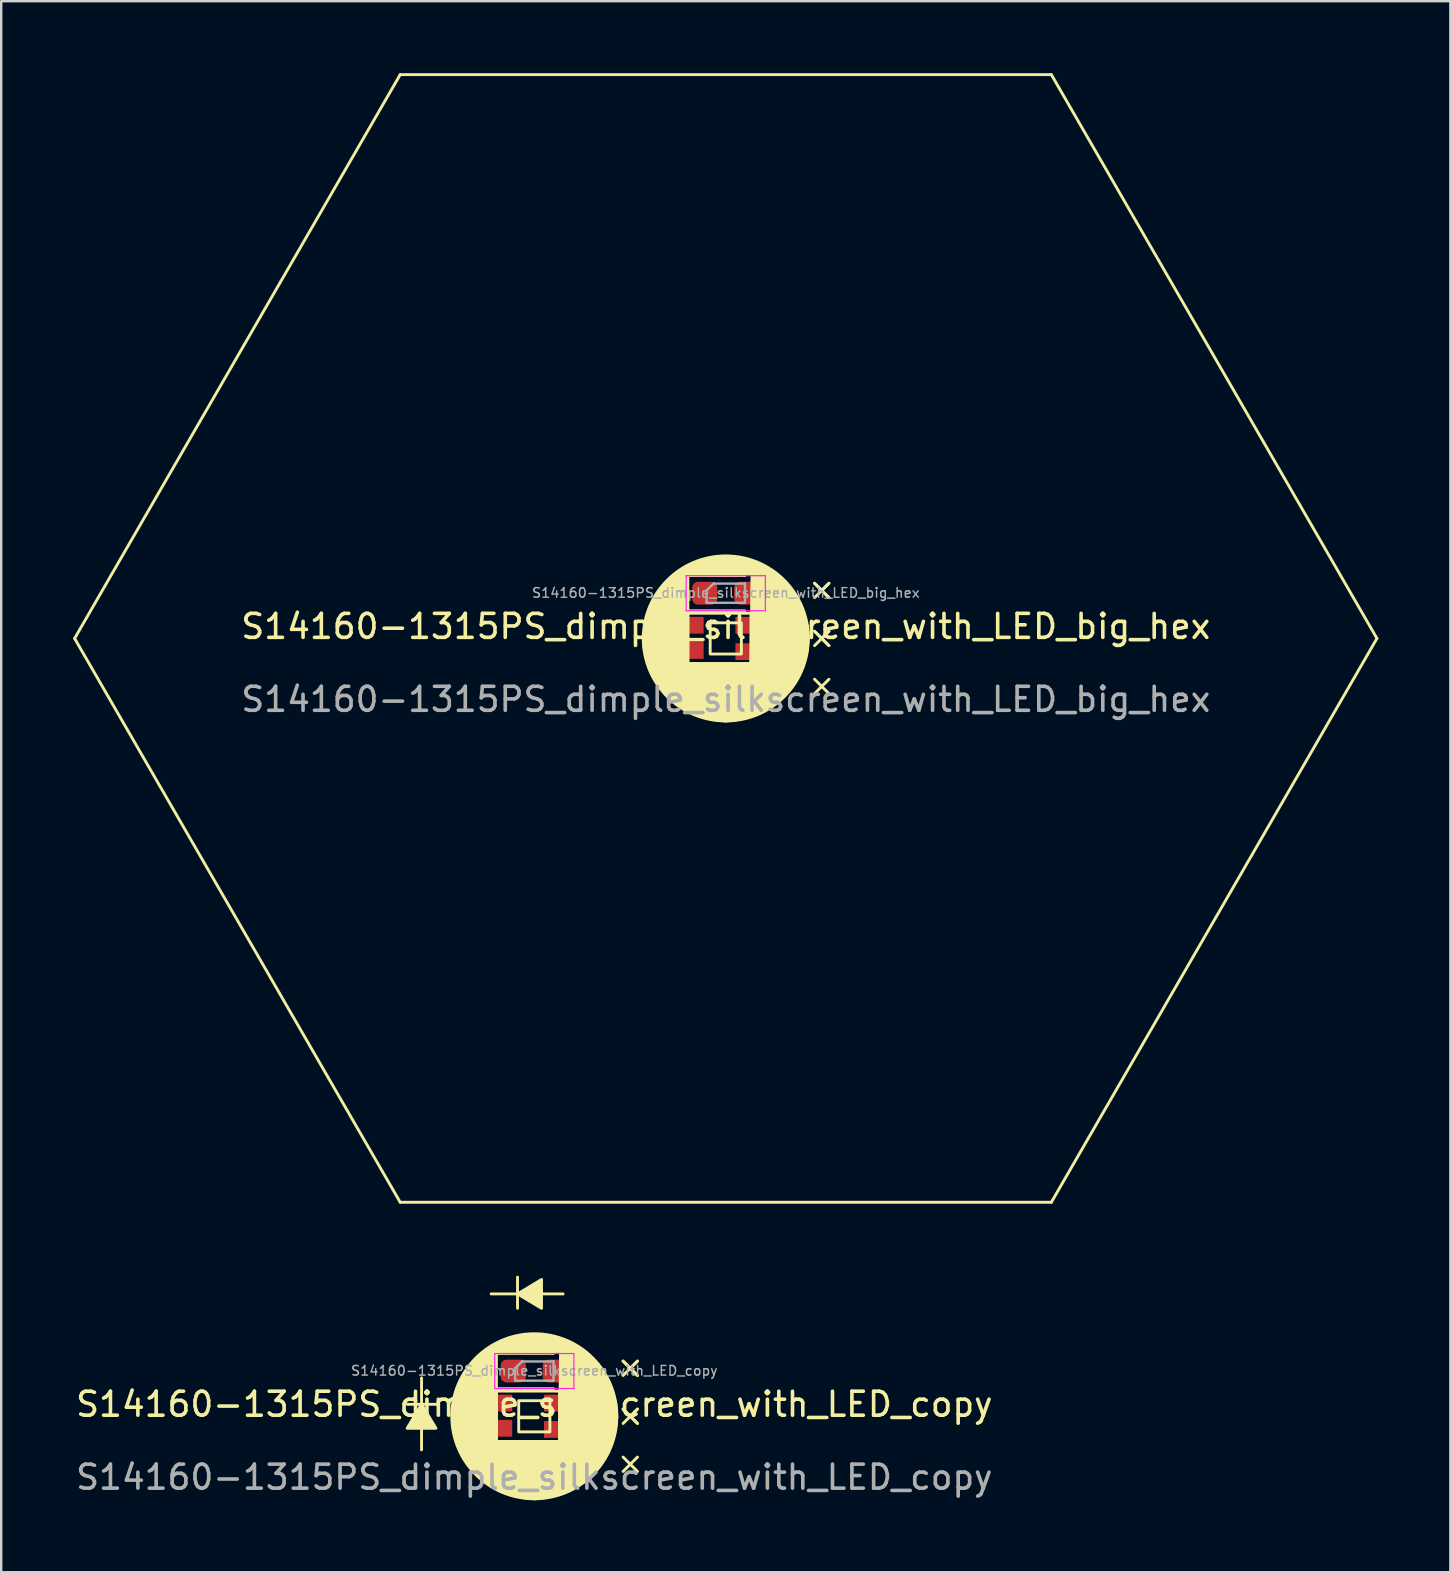
<source format=kicad_pcb>
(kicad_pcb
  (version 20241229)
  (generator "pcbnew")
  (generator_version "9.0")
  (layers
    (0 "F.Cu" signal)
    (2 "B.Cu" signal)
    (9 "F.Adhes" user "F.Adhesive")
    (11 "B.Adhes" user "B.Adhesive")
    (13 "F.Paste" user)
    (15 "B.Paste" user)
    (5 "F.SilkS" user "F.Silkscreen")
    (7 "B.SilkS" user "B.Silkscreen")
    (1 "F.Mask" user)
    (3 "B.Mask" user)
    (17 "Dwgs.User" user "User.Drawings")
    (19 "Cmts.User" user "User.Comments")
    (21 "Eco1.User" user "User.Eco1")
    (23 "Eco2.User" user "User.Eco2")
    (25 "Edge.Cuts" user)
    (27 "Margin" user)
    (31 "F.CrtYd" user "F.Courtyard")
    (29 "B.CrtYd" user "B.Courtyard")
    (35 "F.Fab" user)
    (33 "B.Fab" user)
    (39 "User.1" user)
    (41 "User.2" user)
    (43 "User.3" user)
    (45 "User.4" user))
  (footprint "S14160-1315PS_dimple_silkscreen_with_LED_copy"
    (layer "F.Cu")
    (at 19.22 55.98)
    (property "Reference" "S14160-1315PS_dimple_silkscreen_with_LED_copy" (at 0 -0.5 0) (unlocked yes) (layer "F.SilkS") (effects (font (size 1 1) (thickness 0.15))))
    (attr smd)
    (fp_line (start -5.3 -0.5) (end -4 -0.5) (stroke (width 0.12) (type solid)) (layer "F.SilkS"))
    (fp_line (start -4.7 -1.6) (end -4.7 1.4) (stroke (width 0.12) (type solid)) (layer "F.SilkS"))
    (fp_line (start -1.8 -5.1) (end 1.2 -5.1) (stroke (width 0.12) (type solid)) (layer "F.SilkS"))
    (fp_line (start -1.66 -2.62) (end -1.66 -1.15) (stroke (width 0.12) (type solid)) (layer "F.SilkS"))
    (fp_line (start -1.66 -1.15) (end 0.8 -1.15) (stroke (width 0.12) (type solid)) (layer "F.SilkS"))
    (fp_line (start -1.58 1.05) (end -1.58 -1.05) (stroke (width 0.12) (type solid)) (layer "F.SilkS"))
    (fp_line (start -1.58 1.05) (end 1.05 1.05) (stroke (width 0.12) (type solid)) (layer "F.SilkS"))
    (fp_line (start -0.7 -4.5) (end -0.7 -5.8) (stroke (width 0.12) (type solid)) (layer "F.SilkS"))
    (fp_line (start 0.8 -2.62) (end -1.66 -2.62) (stroke (width 0.12) (type solid)) (layer "F.SilkS"))
    (fp_line (start 1.05 -1.05) (end -1.58 -1.05) (stroke (width 0.12) (type solid)) (layer "F.SilkS"))
    (fp_line (start 1.05 -1.05) (end 1.05 1.05) (stroke (width 0.12) (type solid)) (layer "F.SilkS"))
    (fp_line (start 3.7 -2.3) (end 4 -2) (stroke (width 0.12) (type solid)) (layer "F.SilkS"))
    (fp_line (start 3.7 -0.3) (end 4 0) (stroke (width 0.12) (type solid)) (layer "F.SilkS"))
    (fp_line (start 4 -2) (end 3.7 -2.3) (stroke (width 0.12) (type solid)) (layer "F.SilkS"))
    (fp_line (start 4 -2) (end 3.7 -1.7) (stroke (width 0.12) (type solid)) (layer "F.SilkS"))
    (fp_line (start 4 -2) (end 4.3 -2.3) (stroke (width 0.12) (type solid)) (layer "F.SilkS"))
    (fp_line (start 4 -2) (end 4.3 -1.7) (stroke (width 0.12) (type solid)) (layer "F.SilkS"))
    (fp_line (start 4 0) (end 3.7 -0.3) (stroke (width 0.12) (type solid)) (layer "F.SilkS"))
    (fp_line (start 4 0) (end 3.7 0.3) (stroke (width 0.12) (type solid)) (layer "F.SilkS"))
    (fp_line (start 4 0) (end 4.3 -0.3) (stroke (width 0.12) (type solid)) (layer "F.SilkS"))
    (fp_line (start 4 0) (end 4.3 0.3) (stroke (width 0.12) (type solid)) (layer "F.SilkS"))
    (fp_line (start 4 2) (end 3.7 1.7) (stroke (width 0.12) (type solid)) (layer "F.SilkS"))
    (fp_line (start 4 2) (end 3.7 2.3) (stroke (width 0.12) (type solid)) (layer "F.SilkS"))
    (fp_line (start 4 2) (end 4.3 1.7) (stroke (width 0.12) (type solid)) (layer "F.SilkS"))
    (fp_line (start 4 2) (end 4.3 2.3) (stroke (width 0.12) (type solid)) (layer "F.SilkS"))
    (fp_line (start 4.3 -2.3) (end 4 -2) (stroke (width 0.12) (type solid)) (layer "F.SilkS"))
    (fp_line (start 4.3 -1.7) (end 4 -2) (stroke (width 0.12) (type solid)) (layer "F.SilkS"))
    (fp_line (start 4.3 -0.3) (end 4 0) (stroke (width 0.12) (type solid)) (layer "F.SilkS"))
    (fp_line (start 4.3 0.3) (end 4 0) (stroke (width 0.12) (type solid)) (layer "F.SilkS"))
    (fp_rect (start -0.65 -0.65) (end 0.65 0.65) (stroke (width 0.12) (type solid)) (fill no) (layer "F.SilkS"))
    (fp_circle (center 0 0) (end 3.44 0) (stroke (width 0.12) (type solid)) (fill no) (layer "F.SilkS"))
    (fp_poly (pts (xy -4.7 -0.5) (xy -5.3 0.5) (xy -4.1 0.5)) (stroke (width 0.12) (type solid)) (fill yes) (layer "F.SilkS"))
    (fp_poly (pts (xy -0.7 -5.1) (xy 0.3 -4.5) (xy 0.3 -5.7)) (stroke (width 0.12) (type solid)) (fill yes) (layer "F.SilkS"))
    (fp_poly (pts (xy 1.1 -3.2) (xy 1.3 -2.7) (xy -1.6 -2.7) (xy -1.58 -3) (xy -1.1 -3.2) (xy -0.4 -3.4) (xy 0.2 -3.4)) (stroke (width 0.12) (type solid)) (fill yes) (layer "F.SilkS"))
    (fp_poly (pts (xy -1.58 1.05) (xy 1.05 1.05) (xy 1.3 2.1) (xy 0 3.44) (xy -0.4 3.4) (xy -1.2 3.2) (xy -1.6 3) (xy -1.9 2.8) (xy -2.4 2.4) (xy -2.8 1.9) (xy -3.2 1.2) (xy -3.4 0.4) (xy -3.4 -0.2) (xy -3.2 -1.2) (xy -2.8 -1.9) (xy -2.3 -2.5) (xy -1.58 -3)) (stroke (width 0.12) (type solid)) (fill yes) (layer "F.SilkS"))
    (fp_poly (pts (xy 1.6 -3) (xy 2.1 -2.7) (xy 2.5 -2.3) (xy 2.9 -1.8) (xy 3.1 -1.4) (xy 3.2 -1.2) (xy 3.4 -0.5) (xy 3.44 0) (xy 3.375 0.6) (xy 3.2 1.2) (xy 2.8 1.9) (xy 2.2 2.6) (xy 1.6 3) (xy 1.2 3.2) (xy 0.4 3.4) (xy 0 3.44) (xy 1.05 1.05) (xy 1.1 -3.2)) (stroke (width 0.12) (type solid)) (fill yes) (layer "F.SilkS"))
    (fp_line (start -1.65 -2.615) (end 1.65 -2.615) (stroke (width 0.05) (type solid)) (layer "F.CrtYd"))
    (fp_line (start -1.65 -1.155) (end -1.65 -2.615) (stroke (width 0.05) (type solid)) (layer "F.CrtYd"))
    (fp_line (start 1.65 -2.615) (end 1.65 -1.155) (stroke (width 0.05) (type solid)) (layer "F.CrtYd"))
    (fp_line (start 1.65 -1.155) (end -1.65 -1.155) (stroke (width 0.05) (type solid)) (layer "F.CrtYd"))
    (fp_line (start -0.8 -2) (end -0.8 -1.5) (stroke (width 0.1) (type solid)) (layer "F.Fab"))
    (fp_line (start -0.8 -1.485) (end 0.8 -1.485) (stroke (width 0.1) (type solid)) (layer "F.Fab"))
    (fp_line (start -0.5 -2.3) (end -0.8 -2) (stroke (width 0.1) (type solid)) (layer "F.Fab"))
    (fp_line (start 0.8 -2.285) (end -0.5 -2.285) (stroke (width 0.1) (type solid)) (layer "F.Fab"))
    (fp_line (start 0.8 -1.5) (end 0.8 -2.3) (stroke (width 0.1) (type solid)) (layer "F.Fab"))
    (fp_text user "${REFERENCE}" (at 0 -1.9 0) (layer "F.Fab") (effects (font (size 0.4 0.4) (thickness 0.06))))
    (fp_text user "${REFERENCE}" (at 0 2.54 0) (unlocked yes) (layer "F.Fab") (effects (font (size 1 1) (thickness 0.15))))
    (pad "1" smd roundrect (at -0.875 -1.885) (size 1.05 0.95) (layers "F.Cu" "F.Mask" "F.Paste") (roundrect_rratio 0.25))
    (pad "1" smd rect (at 0.752 -0.55) (size 0.7 0.7) (layers "F.Cu" "F.Mask" "F.Paste"))
    (pad "2" smd rect (at -1.272 -0.55) (size 0.7 0.7) (layers "F.Cu" "F.Mask" "F.Paste"))
    (pad "2" smd roundrect (at 0.875 -1.885) (size 1.05 0.95) (layers "F.Cu" "F.Mask" "F.Paste") (roundrect_rratio 0.25))
    (pad "3" smd rect (at -1.272 0.5) (size 0.7 0.7) (layers "F.Cu" "F.Mask" "F.Paste"))
    (pad "4" smd rect (at 0.752 0.55) (size 0.7 0.7) (layers "F.Cu" "F.Mask" "F.Paste")))
  (footprint "S14160-1315PS_dimple_silkscreen_with_LED_big_hex"
    (layer "F.Cu")
    (at 27.2 23.56)
    (property "Reference" "S14160-1315PS_dimple_silkscreen_with_LED_big_hex" (at 0 -0.5 0) (unlocked yes) (layer "F.SilkS") (effects (font (size 1 1) (thickness 0.15))))
    (attr smd)
    (fp_line (start -27.14 0) (end -13.57 -23.5) (stroke (width 0.12) (type solid)) (layer "F.SilkS"))
    (fp_line (start -13.57 -23.5) (end 13.57 -23.5) (stroke (width 0.12) (type solid)) (layer "F.SilkS"))
    (fp_line (start -13.57 23.5) (end -27.14 0) (stroke (width 0.12) (type solid)) (layer "F.SilkS"))
    (fp_line (start -13.57 23.5) (end 13.57 23.5) (stroke (width 0.12) (type solid)) (layer "F.SilkS"))
    (fp_line (start -1.66 -2.62) (end -1.66 -1.15) (stroke (width 0.12) (type solid)) (layer "F.SilkS"))
    (fp_line (start -1.66 -1.15) (end 0.8 -1.15) (stroke (width 0.12) (type solid)) (layer "F.SilkS"))
    (fp_line (start -1.58 1.05) (end -1.58 -1.05) (stroke (width 0.12) (type solid)) (layer "F.SilkS"))
    (fp_line (start -1.58 1.05) (end 1.05 1.05) (stroke (width 0.12) (type solid)) (layer "F.SilkS"))
    (fp_line (start 0.8 -2.62) (end -1.66 -2.62) (stroke (width 0.12) (type solid)) (layer "F.SilkS"))
    (fp_line (start 1.05 -1.05) (end -1.58 -1.05) (stroke (width 0.12) (type solid)) (layer "F.SilkS"))
    (fp_line (start 1.05 -1.05) (end 1.05 1.05) (stroke (width 0.12) (type solid)) (layer "F.SilkS"))
    (fp_line (start 3.7 -2.3) (end 4 -2) (stroke (width 0.12) (type solid)) (layer "F.SilkS"))
    (fp_line (start 3.7 -0.3) (end 4 0) (stroke (width 0.12) (type solid)) (layer "F.SilkS"))
    (fp_line (start 4 -2) (end 3.7 -2.3) (stroke (width 0.12) (type solid)) (layer "F.SilkS"))
    (fp_line (start 4 -2) (end 3.7 -1.7) (stroke (width 0.12) (type solid)) (layer "F.SilkS"))
    (fp_line (start 4 -2) (end 4.3 -2.3) (stroke (width 0.12) (type solid)) (layer "F.SilkS"))
    (fp_line (start 4 -2) (end 4.3 -1.7) (stroke (width 0.12) (type solid)) (layer "F.SilkS"))
    (fp_line (start 4 0) (end 3.7 -0.3) (stroke (width 0.12) (type solid)) (layer "F.SilkS"))
    (fp_line (start 4 0) (end 3.7 0.3) (stroke (width 0.12) (type solid)) (layer "F.SilkS"))
    (fp_line (start 4 0) (end 4.3 -0.3) (stroke (width 0.12) (type solid)) (layer "F.SilkS"))
    (fp_line (start 4 0) (end 4.3 0.3) (stroke (width 0.12) (type solid)) (layer "F.SilkS"))
    (fp_line (start 4 2) (end 3.7 1.7) (stroke (width 0.12) (type solid)) (layer "F.SilkS"))
    (fp_line (start 4 2) (end 3.7 2.3) (stroke (width 0.12) (type solid)) (layer "F.SilkS"))
    (fp_line (start 4 2) (end 4.3 1.7) (stroke (width 0.12) (type solid)) (layer "F.SilkS"))
    (fp_line (start 4 2) (end 4.3 2.3) (stroke (width 0.12) (type solid)) (layer "F.SilkS"))
    (fp_line (start 4.3 -2.3) (end 4 -2) (stroke (width 0.12) (type solid)) (layer "F.SilkS"))
    (fp_line (start 4.3 -1.7) (end 4 -2) (stroke (width 0.12) (type solid)) (layer "F.SilkS"))
    (fp_line (start 4.3 -0.3) (end 4 0) (stroke (width 0.12) (type solid)) (layer "F.SilkS"))
    (fp_line (start 4.3 0.3) (end 4 0) (stroke (width 0.12) (type solid)) (layer "F.SilkS"))
    (fp_line (start 13.57 23.5) (end 27.14 0) (stroke (width 0.12) (type solid)) (layer "F.SilkS"))
    (fp_line (start 27.14 0) (end 13.57 -23.5) (stroke (width 0.12) (type solid)) (layer "F.SilkS"))
    (fp_rect (start -0.65 -0.65) (end 0.65 0.65) (stroke (width 0.12) (type solid)) (fill no) (layer "F.SilkS"))
    (fp_circle (center 0 0) (end 3.44 0) (stroke (width 0.12) (type solid)) (fill no) (layer "F.SilkS"))
    (fp_poly (pts (xy 1.1 -3.2) (xy 1.3 -2.7) (xy -1.6 -2.7) (xy -1.58 -3) (xy -1.1 -3.2) (xy -0.4 -3.4) (xy 0.2 -3.4)) (stroke (width 0.12) (type solid)) (fill yes) (layer "F.SilkS"))
    (fp_poly (pts (xy -1.58 1.05) (xy 1.05 1.05) (xy 1.3 2.1) (xy 0 3.44) (xy -0.4 3.4) (xy -1.2 3.2) (xy -1.6 3) (xy -1.9 2.8) (xy -2.4 2.4) (xy -2.8 1.9) (xy -3.2 1.2) (xy -3.4 0.4) (xy -3.4 -0.2) (xy -3.2 -1.2) (xy -2.8 -1.9) (xy -2.3 -2.5) (xy -1.58 -3)) (stroke (width 0.12) (type solid)) (fill yes) (layer "F.SilkS"))
    (fp_poly (pts (xy 1.6 -3) (xy 2.1 -2.7) (xy 2.5 -2.3) (xy 2.9 -1.8) (xy 3.1 -1.4) (xy 3.2 -1.2) (xy 3.4 -0.5) (xy 3.44 0) (xy 3.375 0.6) (xy 3.2 1.2) (xy 2.8 1.9) (xy 2.2 2.6) (xy 1.6 3) (xy 1.2 3.2) (xy 0.4 3.4) (xy 0 3.44) (xy 1.05 1.05) (xy 1.1 -3.2)) (stroke (width 0.12) (type solid)) (fill yes) (layer "F.SilkS"))
    (fp_line (start -1.65 -2.615) (end 1.65 -2.615) (stroke (width 0.05) (type solid)) (layer "F.CrtYd"))
    (fp_line (start -1.65 -1.155) (end -1.65 -2.615) (stroke (width 0.05) (type solid)) (layer "F.CrtYd"))
    (fp_line (start 1.65 -2.615) (end 1.65 -1.155) (stroke (width 0.05) (type solid)) (layer "F.CrtYd"))
    (fp_line (start 1.65 -1.155) (end -1.65 -1.155) (stroke (width 0.05) (type solid)) (layer "F.CrtYd"))
    (fp_line (start -0.8 -2) (end -0.8 -1.5) (stroke (width 0.1) (type solid)) (layer "F.Fab"))
    (fp_line (start -0.8 -1.485) (end 0.8 -1.485) (stroke (width 0.1) (type solid)) (layer "F.Fab"))
    (fp_line (start -0.5 -2.3) (end -0.8 -2) (stroke (width 0.1) (type solid)) (layer "F.Fab"))
    (fp_line (start 0.8 -2.285) (end -0.5 -2.285) (stroke (width 0.1) (type solid)) (layer "F.Fab"))
    (fp_line (start 0.8 -1.5) (end 0.8 -2.3) (stroke (width 0.1) (type solid)) (layer "F.Fab"))
    (fp_text user "${REFERENCE}" (at 0 -1.9 0) (layer "F.Fab") (effects (font (size 0.4 0.4) (thickness 0.06))))
    (fp_text user "${REFERENCE}" (at 0 2.54 0) (unlocked yes) (layer "F.Fab") (effects (font (size 1 1) (thickness 0.15))))
    (pad "1" smd roundrect (at -0.875 -1.885) (size 1.05 0.95) (layers "F.Cu" "F.Mask" "F.Paste") (roundrect_rratio 0.25))
    (pad "1" smd rect (at 0.752 -0.55) (size 0.7 0.7) (layers "F.Cu" "F.Mask" "F.Paste"))
    (pad "2" smd rect (at -1.272 -0.55) (size 0.7 0.7) (layers "F.Cu" "F.Mask" "F.Paste"))
    (pad "2" smd roundrect (at 0.875 -1.885) (size 1.05 0.95) (layers "F.Cu" "F.Mask" "F.Paste") (roundrect_rratio 0.25))
    (pad "3" smd rect (at -1.272 0.5) (size 0.7 0.7) (layers "F.Cu" "F.Mask" "F.Paste"))
    (pad "4" smd rect (at 0.752 0.55) (size 0.7 0.7) (layers "F.Cu" "F.Mask" "F.Paste")))
  (gr_rect
    (start -3 -3)
    (end 57.4 62.48)
    (stroke (width 0.1) (type default))
    (fill no)
    (layer "Edge.Cuts")))
</source>
